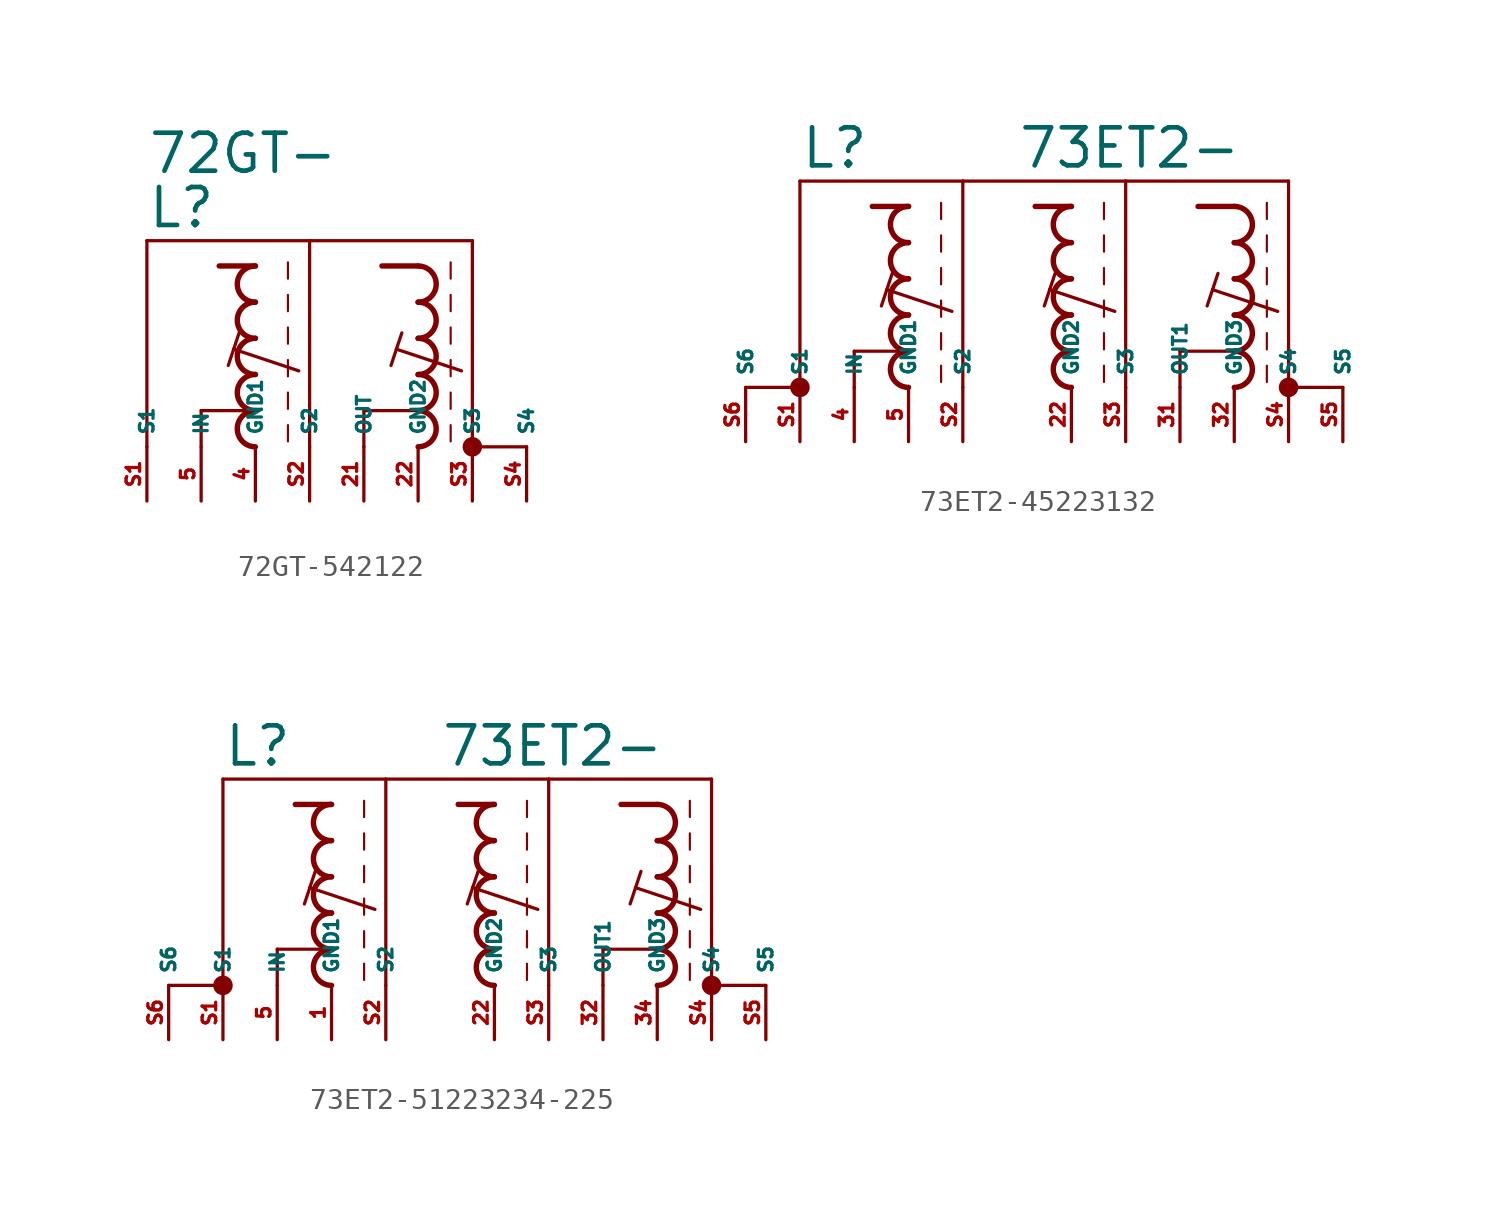
<source format=kicad_sym>
(kicad_symbol_lib
  (version 20220914)
  (generator kicad_symbol_editor)
  (symbol "72GT-542122"
    (property "Reference" "L"
      (at -7.62 7.62 0)
      (effects (font (size 1.778 1.778) (thickness 0.22)) (justify left bottom)))
    (property "Value" "72GT-"
      (at -7.62 10.16 0)
      (effects (font (size 1.778 1.778) (thickness 0.22)) (justify left bottom)))
    (symbol "72GT-542122_1_1"
      (arc (start -2.54 -0.8466) (mid -3.3864 -1.6933) (end -2.54 -2.54) (stroke (width 0.254) (type default)) (fill (type none)))
      (arc (start -2.54 0.8466) (mid -3.3862 0) (end -2.54 -0.8466) (stroke (width 0.254) (type default)) (fill (type none)))
      (arc (start -2.54 2.54) (mid -3.3864 1.6933) (end -2.54 0.8466) (stroke (width 0.254) (type default)) (fill (type none)))
      (arc (start -2.54 4.2334) (mid -3.3864 3.3867) (end -2.54 2.54) (stroke (width 0.254) (type default)) (fill (type none)))
      (arc (start -2.54 5.9266) (mid -3.3862 5.08) (end -2.54 4.2334) (stroke (width 0.254) (type default)) (fill (type none)))
      (polyline (pts (xy -7.62 -2.54) (xy -7.62 7.112)) (stroke (width 0.152) (type default)) (fill (type none)))
      (polyline (pts (xy -7.62 7.112) (xy 0 7.112)) (stroke (width 0.152) (type default)) (fill (type none)))
      (polyline (pts (xy -5.08 -2.54) (xy -5.08 -0.847)) (stroke (width 0.152) (type default)) (fill (type none)))
      (polyline (pts (xy -5.08 -0.847) (xy -2.54 -0.847)) (stroke (width 0.152) (type default)) (fill (type none)))
      (polyline (pts (xy -3.556 2.032) (xy -3.81 1.27)) (stroke (width 0.152) (type default)) (fill (type none)))
      (polyline (pts (xy -3.302 2.794) (xy -3.556 2.032)) (stroke (width 0.152) (type default)) (fill (type none)))
      (polyline (pts (xy -2.54 5.927) (xy -4.233 5.927)) (stroke (width 0.254) (type default)) (fill (type none)))
      (polyline (pts (xy -1.016 -1.524) (xy -1.016 -2.286)) (stroke (width 0.102) (type default)) (fill (type none)))
      (polyline (pts (xy -1.016 0) (xy -1.016 -0.762)) (stroke (width 0.102) (type default)) (fill (type none)))
      (polyline (pts (xy -1.016 1.524) (xy -1.016 0.762)) (stroke (width 0.102) (type default)) (fill (type none)))
      (polyline (pts (xy -1.016 3.048) (xy -1.016 2.286)) (stroke (width 0.102) (type default)) (fill (type none)))
      (polyline (pts (xy -1.016 4.572) (xy -1.016 3.81)) (stroke (width 0.102) (type default)) (fill (type none)))
      (polyline (pts (xy -1.016 6.096) (xy -1.016 5.334)) (stroke (width 0.102) (type default)) (fill (type none)))
      (polyline (pts (xy -0.508 1.016) (xy -3.556 2.032)) (stroke (width 0.152) (type default)) (fill (type none)))
      (polyline (pts (xy 0 7.112) (xy 0 -2.54)) (stroke (width 0.152) (type default)) (fill (type none)))
      (polyline (pts (xy 0 7.112) (xy 7.62 7.112)) (stroke (width 0.152) (type default)) (fill (type none)))
      (polyline (pts (xy 2.54 -2.54) (xy 2.54 -0.847)) (stroke (width 0.152) (type default)) (fill (type none)))
      (polyline (pts (xy 2.54 -0.847) (xy 5.08 -0.847)) (stroke (width 0.152) (type default)) (fill (type none)))
      (polyline (pts (xy 4.064 2.032) (xy 3.81 1.27)) (stroke (width 0.152) (type default)) (fill (type none)))
      (polyline (pts (xy 4.318 2.794) (xy 4.064 2.032)) (stroke (width 0.152) (type default)) (fill (type none)))
      (polyline (pts (xy 5.08 5.927) (xy 3.387 5.927)) (stroke (width 0.254) (type default)) (fill (type none)))
      (polyline (pts (xy 6.604 -1.524) (xy 6.604 -2.286)) (stroke (width 0.102) (type default)) (fill (type none)))
      (polyline (pts (xy 6.604 0) (xy 6.604 -0.762)) (stroke (width 0.102) (type default)) (fill (type none)))
      (polyline (pts (xy 6.604 1.524) (xy 6.604 0.762)) (stroke (width 0.102) (type default)) (fill (type none)))
      (polyline (pts (xy 6.604 3.048) (xy 6.604 2.286)) (stroke (width 0.102) (type default)) (fill (type none)))
      (polyline (pts (xy 6.604 4.572) (xy 6.604 3.81)) (stroke (width 0.102) (type default)) (fill (type none)))
      (polyline (pts (xy 6.604 6.096) (xy 6.604 5.334)) (stroke (width 0.102) (type default)) (fill (type none)))
      (polyline (pts (xy 7.112 1.016) (xy 4.064 2.032)) (stroke (width 0.152) (type default)) (fill (type none)))
      (polyline (pts (xy 7.62 7.112) (xy 7.62 -2.54)) (stroke (width 0.152) (type default)) (fill (type none)))
      (polyline (pts (xy 10.16 -2.54) (xy 7.62 -2.54)) (stroke (width 0.152) (type default)) (fill (type none)))
      (arc (start 5.08 -2.54) (mid 5.9231 -1.6933) (end 5.08 -0.8466) (stroke (width 0.254) (type default)) (fill (type none)))
      (arc (start 5.08 -0.8466) (mid 5.923 0) (end 5.08 0.8466) (stroke (width 0.254) (type default)) (fill (type none)))
      (arc (start 5.08 0.8466) (mid 5.9231 1.6933) (end 5.08 2.54) (stroke (width 0.254) (type default)) (fill (type none)))
      (arc (start 5.08 2.54) (mid 5.9231 3.3867) (end 5.08 4.2334) (stroke (width 0.254) (type default)) (fill (type none)))
      (arc (start 5.08 4.2334) (mid 5.923 5.08) (end 5.08 5.9266) (stroke (width 0.254) (type default)) (fill (type none)))
      (circle (center 7.62 -2.54) (radius 0.254) (stroke (width 0.406) (type default)) (fill (type none)))
      (pin passive line (at 2.54 -5.08 90) (length 2.54) (name "OUT" (effects (font (size 0.635 0.635)))) (number "21" (effects (font (size 0.635 0.635)))))
      (pin passive line (at 5.08 -5.08 90) (length 2.54) (name "GND2" (effects (font (size 0.635 0.635)))) (number "22" (effects (font (size 0.635 0.635)))))
      (pin passive line (at -2.54 -5.08 90) (length 2.54) (name "GND1" (effects (font (size 0.635 0.635)))) (number "4" (effects (font (size 0.635 0.635)))))
      (pin passive line (at -5.08 -5.08 90) (length 2.54) (name "IN" (effects (font (size 0.635 0.635)))) (number "5" (effects (font (size 0.635 0.635)))))
      (pin passive line (at -7.62 -5.08 90) (length 2.54) (name "S1" (effects (font (size 0.635 0.635)))) (number "S1" (effects (font (size 0.635 0.635)))))
      (pin passive line (at 0 -5.08 90) (length 2.54) (name "S2" (effects (font (size 0.635 0.635)))) (number "S2" (effects (font (size 0.635 0.635)))))
      (pin passive line (at 7.62 -5.08 90) (length 2.54) (name "S3" (effects (font (size 0.635 0.635)))) (number "S3" (effects (font (size 0.635 0.635)))))
      (pin passive line (at 10.16 -5.08 90) (length 2.54) (name "S4" (effects (font (size 0.635 0.635)))) (number "S4" (effects (font (size 0.635 0.635)))))))
  (symbol "73ET2-45223132"
    (property "Reference" "L"
      (at -12.7 7.62 0)
      (effects (font (size 1.778 1.778) (thickness 0.22)) (justify left bottom)))
    (property "Value" "73ET2-"
      (at -2.54 7.62 0)
      (effects (font (size 1.778 1.778) (thickness 0.22)) (justify left bottom)))
    (symbol "73ET2-45223132_1_1"
      (circle (center -12.7 -2.54) (radius 0.254) (stroke (width 0.406) (type default)) (fill (type none)))
      (arc (start -7.62 -0.8466) (mid -8.4664 -1.6933) (end -7.62 -2.54) (stroke (width 0.254) (type default)) (fill (type none)))
      (arc (start -7.62 0.8466) (mid -8.4662 0) (end -7.62 -0.8466) (stroke (width 0.254) (type default)) (fill (type none)))
      (arc (start -7.62 2.54) (mid -8.4664 1.6933) (end -7.62 0.8466) (stroke (width 0.254) (type default)) (fill (type none)))
      (arc (start -7.62 4.2334) (mid -8.4664 3.3867) (end -7.62 2.54) (stroke (width 0.254) (type default)) (fill (type none)))
      (arc (start -7.62 5.9266) (mid -8.4662 5.08) (end -7.62 4.2334) (stroke (width 0.254) (type default)) (fill (type none)))
      (arc (start 0 -0.8466) (mid -0.8464 -1.6933) (end 0 -2.54) (stroke (width 0.254) (type default)) (fill (type none)))
      (polyline (pts (xy -15.24 -2.54) (xy -12.7 -2.54)) (stroke (width 0.152) (type default)) (fill (type none)))
      (polyline (pts (xy -12.7 -2.54) (xy -12.7 7.112)) (stroke (width 0.152) (type default)) (fill (type none)))
      (polyline (pts (xy -12.7 7.112) (xy -5.08 7.112)) (stroke (width 0.152) (type default)) (fill (type none)))
      (polyline (pts (xy -10.16 -2.54) (xy -10.16 -0.847)) (stroke (width 0.152) (type default)) (fill (type none)))
      (polyline (pts (xy -10.16 -0.847) (xy -7.62 -0.847)) (stroke (width 0.152) (type default)) (fill (type none)))
      (polyline (pts (xy -8.636 2.032) (xy -8.89 1.27)) (stroke (width 0.152) (type default)) (fill (type none)))
      (polyline (pts (xy -8.382 2.794) (xy -8.636 2.032)) (stroke (width 0.152) (type default)) (fill (type none)))
      (polyline (pts (xy -7.62 5.927) (xy -9.313 5.927)) (stroke (width 0.254) (type default)) (fill (type none)))
      (polyline (pts (xy -6.096 -1.524) (xy -6.096 -2.286)) (stroke (width 0.102) (type default)) (fill (type none)))
      (polyline (pts (xy -6.096 0) (xy -6.096 -0.762)) (stroke (width 0.102) (type default)) (fill (type none)))
      (polyline (pts (xy -6.096 1.524) (xy -6.096 0.762)) (stroke (width 0.102) (type default)) (fill (type none)))
      (polyline (pts (xy -6.096 3.048) (xy -6.096 2.286)) (stroke (width 0.102) (type default)) (fill (type none)))
      (polyline (pts (xy -6.096 4.572) (xy -6.096 3.81)) (stroke (width 0.102) (type default)) (fill (type none)))
      (polyline (pts (xy -6.096 6.096) (xy -6.096 5.334)) (stroke (width 0.102) (type default)) (fill (type none)))
      (polyline (pts (xy -5.588 1.016) (xy -8.636 2.032)) (stroke (width 0.152) (type default)) (fill (type none)))
      (polyline (pts (xy -5.08 7.112) (xy -5.08 -2.54)) (stroke (width 0.152) (type default)) (fill (type none)))
      (polyline (pts (xy -5.08 7.112) (xy 2.54 7.112)) (stroke (width 0.152) (type default)) (fill (type none)))
      (polyline (pts (xy -1.016 2.032) (xy -1.27 1.27)) (stroke (width 0.152) (type default)) (fill (type none)))
      (polyline (pts (xy -0.762 2.794) (xy -1.016 2.032)) (stroke (width 0.152) (type default)) (fill (type none)))
      (polyline (pts (xy 0 5.927) (xy -1.693 5.927)) (stroke (width 0.254) (type default)) (fill (type none)))
      (polyline (pts (xy 1.524 -1.524) (xy 1.524 -2.286)) (stroke (width 0.102) (type default)) (fill (type none)))
      (polyline (pts (xy 1.524 0) (xy 1.524 -0.762)) (stroke (width 0.102) (type default)) (fill (type none)))
      (polyline (pts (xy 1.524 1.524) (xy 1.524 0.762)) (stroke (width 0.102) (type default)) (fill (type none)))
      (polyline (pts (xy 1.524 3.048) (xy 1.524 2.286)) (stroke (width 0.102) (type default)) (fill (type none)))
      (polyline (pts (xy 1.524 4.572) (xy 1.524 3.81)) (stroke (width 0.102) (type default)) (fill (type none)))
      (polyline (pts (xy 1.524 6.096) (xy 1.524 5.334)) (stroke (width 0.102) (type default)) (fill (type none)))
      (polyline (pts (xy 2.032 1.016) (xy -1.016 2.032)) (stroke (width 0.152) (type default)) (fill (type none)))
      (polyline (pts (xy 2.54 7.112) (xy 2.54 -2.54)) (stroke (width 0.152) (type default)) (fill (type none)))
      (polyline (pts (xy 2.54 7.112) (xy 10.16 7.112)) (stroke (width 0.152) (type default)) (fill (type none)))
      (polyline (pts (xy 5.08 -2.54) (xy 5.08 -0.847)) (stroke (width 0.152) (type default)) (fill (type none)))
      (polyline (pts (xy 5.08 -0.847) (xy 7.62 -0.847)) (stroke (width 0.152) (type default)) (fill (type none)))
      (polyline (pts (xy 6.604 2.032) (xy 6.35 1.27)) (stroke (width 0.152) (type default)) (fill (type none)))
      (polyline (pts (xy 6.858 2.794) (xy 6.604 2.032)) (stroke (width 0.152) (type default)) (fill (type none)))
      (polyline (pts (xy 7.62 5.927) (xy 5.927 5.927)) (stroke (width 0.254) (type default)) (fill (type none)))
      (polyline (pts (xy 9.144 -1.524) (xy 9.144 -2.286)) (stroke (width 0.102) (type default)) (fill (type none)))
      (polyline (pts (xy 9.144 0) (xy 9.144 -0.762)) (stroke (width 0.102) (type default)) (fill (type none)))
      (polyline (pts (xy 9.144 1.524) (xy 9.144 0.762)) (stroke (width 0.102) (type default)) (fill (type none)))
      (polyline (pts (xy 9.144 3.048) (xy 9.144 2.286)) (stroke (width 0.102) (type default)) (fill (type none)))
      (polyline (pts (xy 9.144 4.572) (xy 9.144 3.81)) (stroke (width 0.102) (type default)) (fill (type none)))
      (polyline (pts (xy 9.144 6.096) (xy 9.144 5.334)) (stroke (width 0.102) (type default)) (fill (type none)))
      (polyline (pts (xy 9.652 1.016) (xy 6.604 2.032)) (stroke (width 0.152) (type default)) (fill (type none)))
      (polyline (pts (xy 10.16 7.112) (xy 10.16 -2.54)) (stroke (width 0.152) (type default)) (fill (type none)))
      (polyline (pts (xy 12.7 -2.54) (xy 10.16 -2.54)) (stroke (width 0.152) (type default)) (fill (type none)))
      (arc (start 0 0.8466) (mid -0.8462 0) (end 0 -0.8466) (stroke (width 0.254) (type default)) (fill (type none)))
      (arc (start 0 2.54) (mid -0.8464 1.6933) (end 0 0.8466) (stroke (width 0.254) (type default)) (fill (type none)))
      (arc (start 0 4.2334) (mid -0.8464 3.3867) (end 0 2.54) (stroke (width 0.254) (type default)) (fill (type none)))
      (arc (start 0 5.9266) (mid -0.8462 5.08) (end 0 4.2334) (stroke (width 0.254) (type default)) (fill (type none)))
      (arc (start 7.62 -2.54) (mid 8.4631 -1.6933) (end 7.62 -0.8466) (stroke (width 0.254) (type default)) (fill (type none)))
      (arc (start 7.62 -0.8466) (mid 8.463 0) (end 7.62 0.8466) (stroke (width 0.254) (type default)) (fill (type none)))
      (arc (start 7.62 0.8466) (mid 8.4631 1.6933) (end 7.62 2.54) (stroke (width 0.254) (type default)) (fill (type none)))
      (arc (start 7.62 2.54) (mid 8.4631 3.3867) (end 7.62 4.2334) (stroke (width 0.254) (type default)) (fill (type none)))
      (arc (start 7.62 4.2334) (mid 8.463 5.08) (end 7.62 5.9266) (stroke (width 0.254) (type default)) (fill (type none)))
      (circle (center 10.16 -2.54) (radius 0.254) (stroke (width 0.406) (type default)) (fill (type none)))
      (pin passive line (at 0 -5.08 90) (length 2.54) (name "GND2" (effects (font (size 0.635 0.635)))) (number "22" (effects (font (size 0.635 0.635)))))
      (pin passive line (at 5.08 -5.08 90) (length 2.54) (name "OUT1" (effects (font (size 0.635 0.635)))) (number "31" (effects (font (size 0.635 0.635)))))
      (pin passive line (at 7.62 -5.08 90) (length 2.54) (name "GND3" (effects (font (size 0.635 0.635)))) (number "32" (effects (font (size 0.635 0.635)))))
      (pin passive line (at -10.16 -5.08 90) (length 2.54) (name "IN" (effects (font (size 0.635 0.635)))) (number "4" (effects (font (size 0.635 0.635)))))
      (pin passive line (at -7.62 -5.08 90) (length 2.54) (name "GND1" (effects (font (size 0.635 0.635)))) (number "5" (effects (font (size 0.635 0.635)))))
      (pin passive line (at -12.7 -5.08 90) (length 2.54) (name "S1" (effects (font (size 0.635 0.635)))) (number "S1" (effects (font (size 0.635 0.635)))))
      (pin passive line (at -5.08 -5.08 90) (length 2.54) (name "S2" (effects (font (size 0.635 0.635)))) (number "S2" (effects (font (size 0.635 0.635)))))
      (pin passive line (at 2.54 -5.08 90) (length 2.54) (name "S3" (effects (font (size 0.635 0.635)))) (number "S3" (effects (font (size 0.635 0.635)))))
      (pin passive line (at 10.16 -5.08 90) (length 2.54) (name "S4" (effects (font (size 0.635 0.635)))) (number "S4" (effects (font (size 0.635 0.635)))))
      (pin passive line (at 12.7 -5.08 90) (length 2.54) (name "S5" (effects (font (size 0.635 0.635)))) (number "S5" (effects (font (size 0.635 0.635)))))
      (pin passive line (at -15.24 -5.08 90) (length 2.54) (name "S6" (effects (font (size 0.635 0.635)))) (number "S6" (effects (font (size 0.635 0.635)))))))
  (symbol "73ET2-51223234-225"
    (property "Reference" "L"
      (at -12.7 7.62 0)
      (effects (font (size 1.778 1.778) (thickness 0.22)) (justify left bottom)))
    (property "Value" "73ET2-"
      (at -2.54 7.62 0)
      (effects (font (size 1.778 1.778) (thickness 0.22)) (justify left bottom)))
    (symbol "73ET2-51223234-225_1_1"
      (circle (center -12.7 -2.54) (radius 0.254) (stroke (width 0.406) (type default)) (fill (type none)))
      (arc (start -7.62 -0.8466) (mid -8.4664 -1.6933) (end -7.62 -2.54) (stroke (width 0.254) (type default)) (fill (type none)))
      (arc (start -7.62 0.8466) (mid -8.4662 0) (end -7.62 -0.8466) (stroke (width 0.254) (type default)) (fill (type none)))
      (arc (start -7.62 2.54) (mid -8.4664 1.6933) (end -7.62 0.8466) (stroke (width 0.254) (type default)) (fill (type none)))
      (arc (start -7.62 4.2334) (mid -8.4664 3.3867) (end -7.62 2.54) (stroke (width 0.254) (type default)) (fill (type none)))
      (arc (start -7.62 5.9266) (mid -8.4662 5.08) (end -7.62 4.2334) (stroke (width 0.254) (type default)) (fill (type none)))
      (arc (start 0 -0.8466) (mid -0.8464 -1.6933) (end 0 -2.54) (stroke (width 0.254) (type default)) (fill (type none)))
      (polyline (pts (xy -15.24 -2.54) (xy -12.7 -2.54)) (stroke (width 0.152) (type default)) (fill (type none)))
      (polyline (pts (xy -12.7 -2.54) (xy -12.7 7.112)) (stroke (width 0.152) (type default)) (fill (type none)))
      (polyline (pts (xy -12.7 7.112) (xy -5.08 7.112)) (stroke (width 0.152) (type default)) (fill (type none)))
      (polyline (pts (xy -10.16 -2.54) (xy -10.16 -0.847)) (stroke (width 0.152) (type default)) (fill (type none)))
      (polyline (pts (xy -10.16 -0.847) (xy -7.62 -0.847)) (stroke (width 0.152) (type default)) (fill (type none)))
      (polyline (pts (xy -8.636 2.032) (xy -8.89 1.27)) (stroke (width 0.152) (type default)) (fill (type none)))
      (polyline (pts (xy -8.382 2.794) (xy -8.636 2.032)) (stroke (width 0.152) (type default)) (fill (type none)))
      (polyline (pts (xy -7.62 5.927) (xy -9.313 5.927)) (stroke (width 0.254) (type default)) (fill (type none)))
      (polyline (pts (xy -6.096 -1.524) (xy -6.096 -2.286)) (stroke (width 0.102) (type default)) (fill (type none)))
      (polyline (pts (xy -6.096 0) (xy -6.096 -0.762)) (stroke (width 0.102) (type default)) (fill (type none)))
      (polyline (pts (xy -6.096 1.524) (xy -6.096 0.762)) (stroke (width 0.102) (type default)) (fill (type none)))
      (polyline (pts (xy -6.096 3.048) (xy -6.096 2.286)) (stroke (width 0.102) (type default)) (fill (type none)))
      (polyline (pts (xy -6.096 4.572) (xy -6.096 3.81)) (stroke (width 0.102) (type default)) (fill (type none)))
      (polyline (pts (xy -6.096 6.096) (xy -6.096 5.334)) (stroke (width 0.102) (type default)) (fill (type none)))
      (polyline (pts (xy -5.588 1.016) (xy -8.636 2.032)) (stroke (width 0.152) (type default)) (fill (type none)))
      (polyline (pts (xy -5.08 7.112) (xy -5.08 -2.54)) (stroke (width 0.152) (type default)) (fill (type none)))
      (polyline (pts (xy -5.08 7.112) (xy 2.54 7.112)) (stroke (width 0.152) (type default)) (fill (type none)))
      (polyline (pts (xy -1.016 2.032) (xy -1.27 1.27)) (stroke (width 0.152) (type default)) (fill (type none)))
      (polyline (pts (xy -0.762 2.794) (xy -1.016 2.032)) (stroke (width 0.152) (type default)) (fill (type none)))
      (polyline (pts (xy 0 5.927) (xy -1.693 5.927)) (stroke (width 0.254) (type default)) (fill (type none)))
      (polyline (pts (xy 1.524 -1.524) (xy 1.524 -2.286)) (stroke (width 0.102) (type default)) (fill (type none)))
      (polyline (pts (xy 1.524 0) (xy 1.524 -0.762)) (stroke (width 0.102) (type default)) (fill (type none)))
      (polyline (pts (xy 1.524 1.524) (xy 1.524 0.762)) (stroke (width 0.102) (type default)) (fill (type none)))
      (polyline (pts (xy 1.524 3.048) (xy 1.524 2.286)) (stroke (width 0.102) (type default)) (fill (type none)))
      (polyline (pts (xy 1.524 4.572) (xy 1.524 3.81)) (stroke (width 0.102) (type default)) (fill (type none)))
      (polyline (pts (xy 1.524 6.096) (xy 1.524 5.334)) (stroke (width 0.102) (type default)) (fill (type none)))
      (polyline (pts (xy 2.032 1.016) (xy -1.016 2.032)) (stroke (width 0.152) (type default)) (fill (type none)))
      (polyline (pts (xy 2.54 7.112) (xy 2.54 -2.54)) (stroke (width 0.152) (type default)) (fill (type none)))
      (polyline (pts (xy 2.54 7.112) (xy 10.16 7.112)) (stroke (width 0.152) (type default)) (fill (type none)))
      (polyline (pts (xy 5.08 -2.54) (xy 5.08 -0.847)) (stroke (width 0.152) (type default)) (fill (type none)))
      (polyline (pts (xy 5.08 -0.847) (xy 7.62 -0.847)) (stroke (width 0.152) (type default)) (fill (type none)))
      (polyline (pts (xy 6.604 2.032) (xy 6.35 1.27)) (stroke (width 0.152) (type default)) (fill (type none)))
      (polyline (pts (xy 6.858 2.794) (xy 6.604 2.032)) (stroke (width 0.152) (type default)) (fill (type none)))
      (polyline (pts (xy 7.62 5.927) (xy 5.927 5.927)) (stroke (width 0.254) (type default)) (fill (type none)))
      (polyline (pts (xy 9.144 -1.524) (xy 9.144 -2.286)) (stroke (width 0.102) (type default)) (fill (type none)))
      (polyline (pts (xy 9.144 0) (xy 9.144 -0.762)) (stroke (width 0.102) (type default)) (fill (type none)))
      (polyline (pts (xy 9.144 1.524) (xy 9.144 0.762)) (stroke (width 0.102) (type default)) (fill (type none)))
      (polyline (pts (xy 9.144 3.048) (xy 9.144 2.286)) (stroke (width 0.102) (type default)) (fill (type none)))
      (polyline (pts (xy 9.144 4.572) (xy 9.144 3.81)) (stroke (width 0.102) (type default)) (fill (type none)))
      (polyline (pts (xy 9.144 6.096) (xy 9.144 5.334)) (stroke (width 0.102) (type default)) (fill (type none)))
      (polyline (pts (xy 9.652 1.016) (xy 6.604 2.032)) (stroke (width 0.152) (type default)) (fill (type none)))
      (polyline (pts (xy 10.16 7.112) (xy 10.16 -2.54)) (stroke (width 0.152) (type default)) (fill (type none)))
      (polyline (pts (xy 12.7 -2.54) (xy 10.16 -2.54)) (stroke (width 0.152) (type default)) (fill (type none)))
      (arc (start 0 0.8466) (mid -0.8462 0) (end 0 -0.8466) (stroke (width 0.254) (type default)) (fill (type none)))
      (arc (start 0 2.54) (mid -0.8464 1.6933) (end 0 0.8466) (stroke (width 0.254) (type default)) (fill (type none)))
      (arc (start 0 4.2334) (mid -0.8464 3.3867) (end 0 2.54) (stroke (width 0.254) (type default)) (fill (type none)))
      (arc (start 0 5.9266) (mid -0.8462 5.08) (end 0 4.2334) (stroke (width 0.254) (type default)) (fill (type none)))
      (arc (start 7.62 -2.54) (mid 8.4631 -1.6933) (end 7.62 -0.8466) (stroke (width 0.254) (type default)) (fill (type none)))
      (arc (start 7.62 -0.8466) (mid 8.463 0) (end 7.62 0.8466) (stroke (width 0.254) (type default)) (fill (type none)))
      (arc (start 7.62 0.8466) (mid 8.4631 1.6933) (end 7.62 2.54) (stroke (width 0.254) (type default)) (fill (type none)))
      (arc (start 7.62 2.54) (mid 8.4631 3.3867) (end 7.62 4.2334) (stroke (width 0.254) (type default)) (fill (type none)))
      (arc (start 7.62 4.2334) (mid 8.463 5.08) (end 7.62 5.9266) (stroke (width 0.254) (type default)) (fill (type none)))
      (circle (center 10.16 -2.54) (radius 0.254) (stroke (width 0.406) (type default)) (fill (type none)))
      (pin passive line (at -7.62 -5.08 90) (length 2.54) (name "GND1" (effects (font (size 0.635 0.635)))) (number "1" (effects (font (size 0.635 0.635)))))
      (pin passive line (at 0 -5.08 90) (length 2.54) (name "GND2" (effects (font (size 0.635 0.635)))) (number "22" (effects (font (size 0.635 0.635)))))
      (pin passive line (at 5.08 -5.08 90) (length 2.54) (name "OUT1" (effects (font (size 0.635 0.635)))) (number "32" (effects (font (size 0.635 0.635)))))
      (pin passive line (at 7.62 -5.08 90) (length 2.54) (name "GND3" (effects (font (size 0.635 0.635)))) (number "34" (effects (font (size 0.635 0.635)))))
      (pin passive line (at -10.16 -5.08 90) (length 2.54) (name "IN" (effects (font (size 0.635 0.635)))) (number "5" (effects (font (size 0.635 0.635)))))
      (pin passive line (at -12.7 -5.08 90) (length 2.54) (name "S1" (effects (font (size 0.635 0.635)))) (number "S1" (effects (font (size 0.635 0.635)))))
      (pin passive line (at -5.08 -5.08 90) (length 2.54) (name "S2" (effects (font (size 0.635 0.635)))) (number "S2" (effects (font (size 0.635 0.635)))))
      (pin passive line (at 2.54 -5.08 90) (length 2.54) (name "S3" (effects (font (size 0.635 0.635)))) (number "S3" (effects (font (size 0.635 0.635)))))
      (pin passive line (at 10.16 -5.08 90) (length 2.54) (name "S4" (effects (font (size 0.635 0.635)))) (number "S4" (effects (font (size 0.635 0.635)))))
      (pin passive line (at 12.7 -5.08 90) (length 2.54) (name "S5" (effects (font (size 0.635 0.635)))) (number "S5" (effects (font (size 0.635 0.635)))))
      (pin passive line (at -15.24 -5.08 90) (length 2.54) (name "S6" (effects (font (size 0.635 0.635)))) (number "S6" (effects (font (size 0.635 0.635))))))))
</source>
